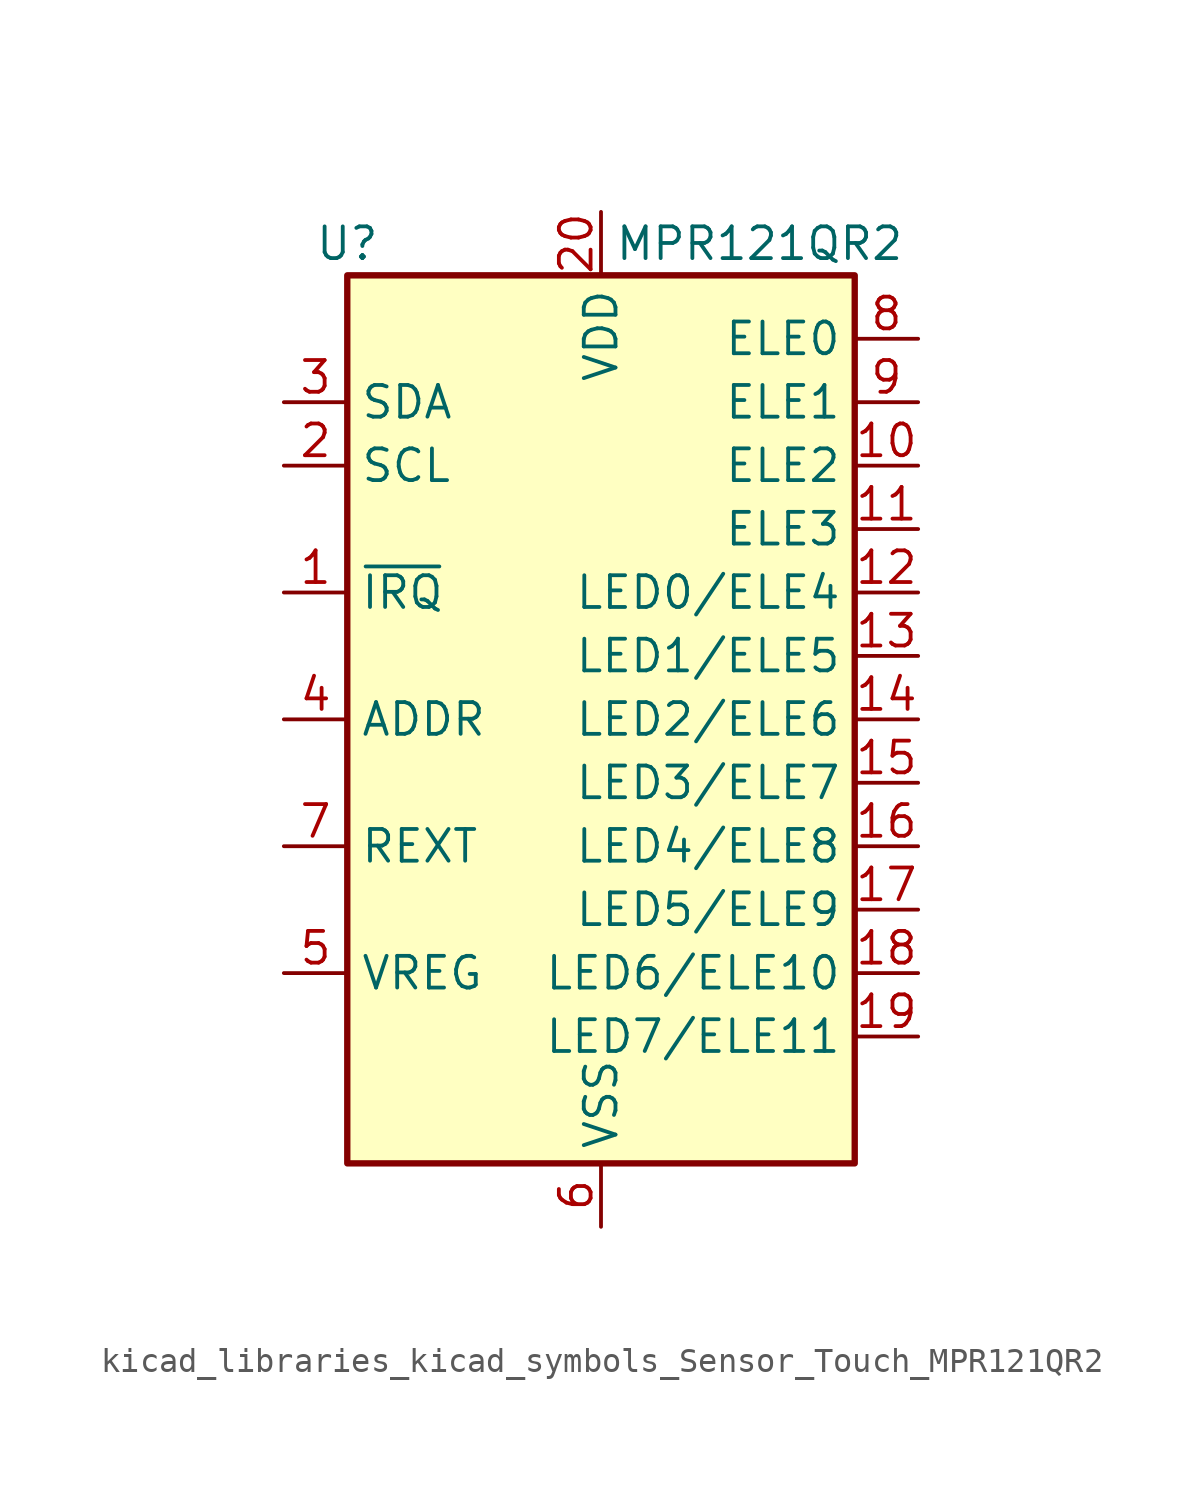
<source format=kicad_sym>
(kicad_symbol_lib
  (version 20220914)
  (generator kicad_symbol_editor)
  (symbol "kicad_libraries_kicad_symbols_Sensor_Touch_MPR121QR2"
    (property "Reference" "U"
      (at -10.16 19.05 0)
      (effects (font (size 1.27 1.27))))
    (property "Value" "MPR121QR2"
      (at 6.35 19.05 0)
      (effects (font (size 1.27 1.27))))
    (symbol "kicad_libraries_kicad_symbols_Sensor_Touch_MPR121QR2_0_1"
      (rectangle (start -10.16 17.78) (end 10.16 -17.78) (stroke (width 0.254) (type default)) (fill (type background))))
    (symbol "kicad_libraries_kicad_symbols_Sensor_Touch_MPR121QR2_1_1"
      (pin open_collector line (at -12.7 5.08 0) (length 2.54) (name "~{IRQ}" (effects (font (size 1.27 1.27)))) (number "1" (effects (font (size 1.27 1.27)))))
      (pin passive line (at 12.7 10.16 180) (length 2.54) (name "ELE2" (effects (font (size 1.27 1.27)))) (number "10" (effects (font (size 1.27 1.27)))))
      (pin passive line (at 12.7 7.62 180) (length 2.54) (name "ELE3" (effects (font (size 1.27 1.27)))) (number "11" (effects (font (size 1.27 1.27)))))
      (pin passive line (at 12.7 5.08 180) (length 2.54) (name "LED0/ELE4" (effects (font (size 1.27 1.27)))) (number "12" (effects (font (size 1.27 1.27)))))
      (pin passive line (at 12.7 2.54 180) (length 2.54) (name "LED1/ELE5" (effects (font (size 1.27 1.27)))) (number "13" (effects (font (size 1.27 1.27)))))
      (pin passive line (at 12.7 0 180) (length 2.54) (name "LED2/ELE6" (effects (font (size 1.27 1.27)))) (number "14" (effects (font (size 1.27 1.27)))))
      (pin passive line (at 12.7 -2.54 180) (length 2.54) (name "LED3/ELE7" (effects (font (size 1.27 1.27)))) (number "15" (effects (font (size 1.27 1.27)))))
      (pin passive line (at 12.7 -5.08 180) (length 2.54) (name "LED4/ELE8" (effects (font (size 1.27 1.27)))) (number "16" (effects (font (size 1.27 1.27)))))
      (pin passive line (at 12.7 -7.62 180) (length 2.54) (name "LED5/ELE9" (effects (font (size 1.27 1.27)))) (number "17" (effects (font (size 1.27 1.27)))))
      (pin passive line (at 12.7 -10.16 180) (length 2.54) (name "LED6/ELE10" (effects (font (size 1.27 1.27)))) (number "18" (effects (font (size 1.27 1.27)))))
      (pin passive line (at 12.7 -12.7 180) (length 2.54) (name "LED7/ELE11" (effects (font (size 1.27 1.27)))) (number "19" (effects (font (size 1.27 1.27)))))
      (pin input line (at -12.7 10.16 0) (length 2.54) (name "SCL" (effects (font (size 1.27 1.27)))) (number "2" (effects (font (size 1.27 1.27)))))
      (pin power_in line (at 0 20.32 270) (length 2.54) (name "VDD" (effects (font (size 1.27 1.27)))) (number "20" (effects (font (size 1.27 1.27)))))
      (pin bidirectional line (at -12.7 12.7 0) (length 2.54) (name "SDA" (effects (font (size 1.27 1.27)))) (number "3" (effects (font (size 1.27 1.27)))))
      (pin input line (at -12.7 0 0) (length 2.54) (name "ADDR" (effects (font (size 1.27 1.27)))) (number "4" (effects (font (size 1.27 1.27)))))
      (pin passive line (at -12.7 -10.16 0) (length 2.54) (name "VREG" (effects (font (size 1.27 1.27)))) (number "5" (effects (font (size 1.27 1.27)))))
      (pin power_in line (at 0 -20.32 90) (length 2.54) (name "VSS" (effects (font (size 1.27 1.27)))) (number "6" (effects (font (size 1.27 1.27)))))
      (pin passive line (at -12.7 -5.08 0) (length 2.54) (name "REXT" (effects (font (size 1.27 1.27)))) (number "7" (effects (font (size 1.27 1.27)))))
      (pin passive line (at 12.7 15.24 180) (length 2.54) (name "ELE0" (effects (font (size 1.27 1.27)))) (number "8" (effects (font (size 1.27 1.27)))))
      (pin passive line (at 12.7 12.7 180) (length 2.54) (name "ELE1" (effects (font (size 1.27 1.27)))) (number "9" (effects (font (size 1.27 1.27))))))))
</source>
